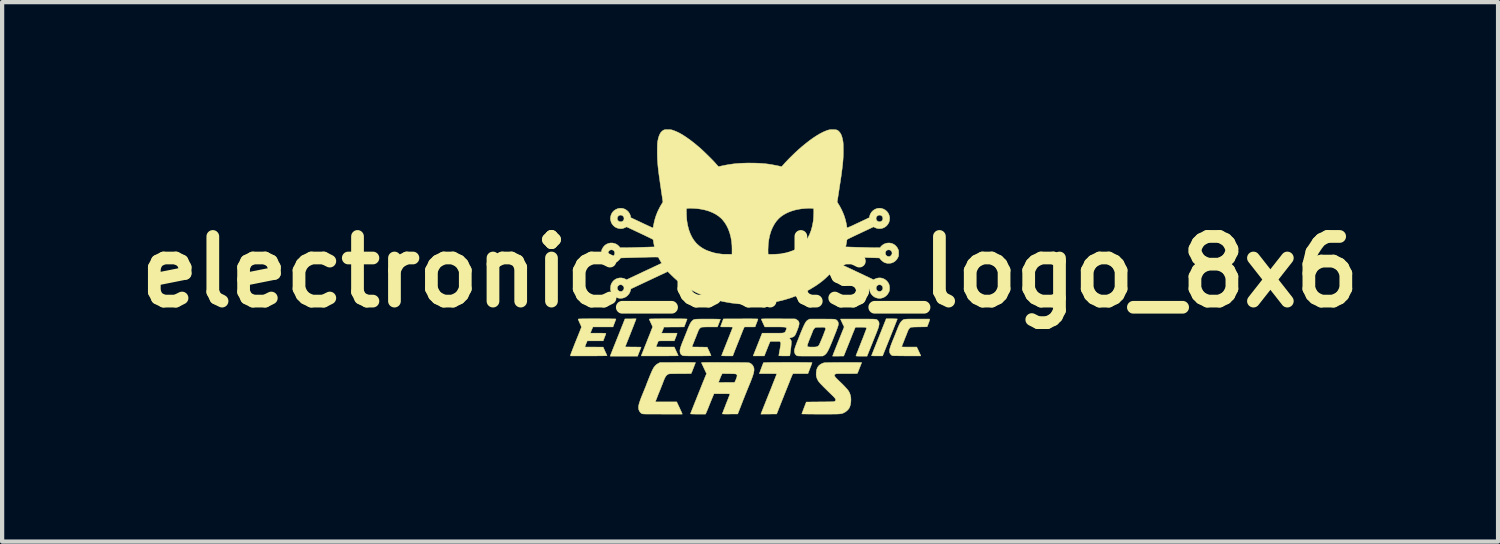
<source format=kicad_pcb>
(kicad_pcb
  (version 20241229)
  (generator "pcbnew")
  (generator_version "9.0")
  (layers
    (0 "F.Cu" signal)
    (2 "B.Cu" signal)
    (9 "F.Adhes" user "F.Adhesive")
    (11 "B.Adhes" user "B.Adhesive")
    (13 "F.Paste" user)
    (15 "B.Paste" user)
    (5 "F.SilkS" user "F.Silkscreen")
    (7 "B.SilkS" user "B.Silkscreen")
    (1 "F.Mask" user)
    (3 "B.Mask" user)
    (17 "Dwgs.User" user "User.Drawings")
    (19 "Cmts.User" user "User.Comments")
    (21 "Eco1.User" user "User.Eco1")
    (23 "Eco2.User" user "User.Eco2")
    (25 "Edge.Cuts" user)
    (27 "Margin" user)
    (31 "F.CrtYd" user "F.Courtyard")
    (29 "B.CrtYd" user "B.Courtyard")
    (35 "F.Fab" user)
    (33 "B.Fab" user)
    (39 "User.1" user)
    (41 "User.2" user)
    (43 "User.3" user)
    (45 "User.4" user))
  (footprint "electronic_cats_logo_8x6"
    (layer "F.Cu")
    (at 14.63 3.358)
    (property "Reference" "electronic_cats_logo_8x6" (at 0 0 0) (layer "F.SilkS") (effects (font (size 1.524 1.524) (thickness 0.3))))
    (attr through_hole)
    (fp_poly (pts (xy 3.377 1.106) (xy 3.41 1.107) (xy 3.438 1.108) (xy 3.458 1.109) (xy 3.469 1.11) (xy 3.471 1.11) (xy 3.469 1.116) (xy 3.463 1.131) (xy 3.454 1.156) (xy 3.441 1.188) (xy 3.425 1.228) (xy 3.407 1.275) (xy 3.386 1.327) (xy 3.363 1.384) (xy 3.339 1.445) (xy 3.313 1.51) (xy 3.298 1.548) (xy 3.124 1.981) (xy 2.993 1.981) (xy 2.956 1.981) (xy 2.923 1.981) (xy 2.895 1.98) (xy 2.875 1.979) (xy 2.864 1.978) (xy 2.862 1.977) (xy 2.864 1.971) (xy 2.87 1.956) (xy 2.879 1.932) (xy 2.892 1.899) (xy 2.908 1.859) (xy 2.926 1.813) (xy 2.947 1.761) (xy 2.97 1.703) (xy 2.994 1.642) (xy 3.02 1.577) (xy 3.035 1.54) (xy 3.208 1.106) (xy 3.34 1.106) (xy 3.377 1.106)) (stroke (width 0.01) (type solid)) (fill yes) (layer "F.SilkS"))
    (fp_poly (pts (xy -2.689 1.119) (xy -2.691 1.126) (xy -2.698 1.143) (xy -2.708 1.169) (xy -2.721 1.202) (xy -2.736 1.242) (xy -2.754 1.288) (xy -2.774 1.338) (xy -2.795 1.392) (xy -2.818 1.45) (xy -2.818 1.451) (xy -2.945 1.77) (xy -2.756 1.771) (xy -2.712 1.771) (xy -2.671 1.772) (xy -2.635 1.773) (xy -2.605 1.773) (xy -2.584 1.774) (xy -2.571 1.775) (xy -2.568 1.776) (xy -2.57 1.781) (xy -2.576 1.796) (xy -2.584 1.818) (xy -2.595 1.844) (xy -2.604 1.867) (xy -2.617 1.898) (xy -2.628 1.926) (xy -2.637 1.949) (xy -2.643 1.965) (xy -2.645 1.971) (xy -2.648 1.987) (xy -3.297 1.987) (xy -3.293 1.974) (xy -3.291 1.967) (xy -3.284 1.95) (xy -3.274 1.925) (xy -3.261 1.891) (xy -3.245 1.85) (xy -3.226 1.803) (xy -3.205 1.75) (xy -3.182 1.692) (xy -3.157 1.63) (xy -3.131 1.565) (xy -3.119 1.535) (xy -2.949 1.109) (xy -2.817 1.108) (xy -2.685 1.106) (xy -2.689 1.119)) (stroke (width 0.01) (type solid)) (fill yes) (layer "F.SilkS"))
    (fp_poly (pts (xy 1.005 2.133) (xy 1.073 2.133) (xy 1.138 2.133) (xy 1.199 2.134) (xy 1.257 2.134) (xy 1.309 2.135) (xy 1.355 2.135) (xy 1.394 2.136) (xy 1.425 2.137) (xy 1.447 2.138) (xy 1.46 2.139) (xy 1.462 2.139) (xy 1.46 2.146) (xy 1.454 2.162) (xy 1.446 2.185) (xy 1.435 2.214) (xy 1.422 2.248) (xy 1.413 2.272) (xy 1.364 2.399) (xy 1.011 2.399) (xy 0.995 2.429) (xy 0.988 2.444) (xy 0.978 2.468) (xy 0.966 2.497) (xy 0.954 2.528) (xy 0.948 2.543) (xy 0.934 2.579) (xy 0.918 2.619) (xy 0.902 2.658) (xy 0.889 2.692) (xy 0.886 2.698) (xy 0.879 2.717) (xy 0.867 2.745) (xy 0.853 2.781) (xy 0.836 2.824) (xy 0.816 2.872) (xy 0.796 2.924) (xy 0.774 2.979) (xy 0.751 3.036) (xy 0.742 3.059) (xy 0.627 3.35) (xy 0.255 3.353) (xy 0.26 3.337) (xy 0.263 3.33) (xy 0.27 3.313) (xy 0.28 3.287) (xy 0.294 3.252) (xy 0.31 3.211) (xy 0.329 3.163) (xy 0.351 3.109) (xy 0.374 3.05) (xy 0.399 2.987) (xy 0.426 2.92) (xy 0.448 2.865) (xy 0.476 2.796) (xy 0.502 2.731) (xy 0.526 2.669) (xy 0.548 2.612) (xy 0.569 2.561) (xy 0.587 2.515) (xy 0.602 2.476) (xy 0.614 2.444) (xy 0.622 2.421) (xy 0.627 2.407) (xy 0.628 2.403) (xy 0.622 2.402) (xy 0.606 2.401) (xy 0.582 2.4) (xy 0.549 2.4) (xy 0.511 2.399) (xy 0.468 2.399) (xy 0.423 2.399) (xy 0.219 2.399) (xy 0.223 2.386) (xy 0.226 2.378) (xy 0.232 2.362) (xy 0.241 2.338) (xy 0.251 2.31) (xy 0.263 2.278) (xy 0.275 2.245) (xy 0.287 2.213) (xy 0.299 2.182) (xy 0.309 2.156) (xy 0.315 2.141) (xy 0.321 2.14) (xy 0.337 2.139) (xy 0.362 2.138) (xy 0.397 2.137) (xy 0.438 2.136) (xy 0.487 2.135) (xy 0.541 2.135) (xy 0.6 2.134) (xy 0.663 2.134) (xy 0.729 2.134) (xy 0.797 2.133) (xy 0.867 2.133) (xy 0.936 2.133) (xy 1.005 2.133)) (stroke (width 0.01) (type solid)) (fill yes) (layer "F.SilkS"))
    (fp_poly (pts (xy 2.692 1.112) (xy 2.752 1.112) (xy 2.803 1.112) (xy 2.846 1.113) (xy 2.882 1.113) (xy 2.911 1.114) (xy 2.934 1.116) (xy 2.952 1.117) (xy 2.967 1.12) (xy 2.978 1.122) (xy 2.986 1.125) (xy 2.993 1.129) (xy 2.999 1.134) (xy 3.004 1.139) (xy 3.008 1.142) (xy 3.026 1.163) (xy 3.037 1.187) (xy 3.042 1.215) (xy 3.04 1.248) (xy 3.032 1.288) (xy 3.017 1.336) (xy 3.01 1.355) (xy 3.002 1.375) (xy 2.991 1.404) (xy 2.976 1.442) (xy 2.959 1.485) (xy 2.939 1.534) (xy 2.918 1.586) (xy 2.896 1.641) (xy 2.874 1.697) (xy 2.869 1.709) (xy 2.757 1.987) (xy 2.626 1.987) (xy 2.579 1.987) (xy 2.542 1.986) (xy 2.517 1.985) (xy 2.501 1.983) (xy 2.495 1.981) (xy 2.495 1.981) (xy 2.497 1.975) (xy 2.503 1.959) (xy 2.512 1.934) (xy 2.524 1.902) (xy 2.54 1.864) (xy 2.557 1.819) (xy 2.577 1.769) (xy 2.598 1.716) (xy 2.619 1.662) (xy 2.641 1.606) (xy 2.663 1.552) (xy 2.682 1.502) (xy 2.699 1.457) (xy 2.714 1.417) (xy 2.727 1.384) (xy 2.736 1.359) (xy 2.741 1.342) (xy 2.743 1.336) (xy 2.742 1.326) (xy 2.739 1.318) (xy 2.731 1.313) (xy 2.719 1.309) (xy 2.7 1.306) (xy 2.673 1.305) (xy 2.637 1.304) (xy 2.601 1.304) (xy 2.483 1.304) (xy 2.471 1.331) (xy 2.467 1.341) (xy 2.459 1.36) (xy 2.448 1.388) (xy 2.433 1.424) (xy 2.416 1.465) (xy 2.397 1.513) (xy 2.377 1.564) (xy 2.355 1.619) (xy 2.334 1.671) (xy 2.208 1.984) (xy 2.077 1.986) (xy 1.946 1.987) (xy 1.95 1.971) (xy 1.953 1.964) (xy 1.959 1.946) (xy 1.969 1.92) (xy 1.983 1.886) (xy 1.998 1.846) (xy 2.017 1.8) (xy 2.037 1.749) (xy 2.059 1.694) (xy 2.082 1.636) (xy 2.086 1.627) (xy 2.218 1.298) (xy 2.179 1.218) (xy 2.166 1.189) (xy 2.154 1.163) (xy 2.144 1.142) (xy 2.138 1.128) (xy 2.137 1.125) (xy 2.133 1.112) (xy 2.623 1.112) (xy 2.692 1.112)) (stroke (width 0.01) (type solid)) (fill yes) (layer "F.SilkS"))
    (fp_poly (pts (xy 3.941 1.112) (xy 4.233 1.112) (xy 4.233 1.128) (xy 4.231 1.139) (xy 4.226 1.158) (xy 4.217 1.182) (xy 4.207 1.21) (xy 4.203 1.22) (xy 4.173 1.295) (xy 3.984 1.298) (xy 3.926 1.299) (xy 3.878 1.3) (xy 3.84 1.302) (xy 3.812 1.304) (xy 3.794 1.305) (xy 3.785 1.308) (xy 3.784 1.308) (xy 3.766 1.322) (xy 3.747 1.343) (xy 3.731 1.367) (xy 3.722 1.386) (xy 3.718 1.398) (xy 3.709 1.419) (xy 3.698 1.448) (xy 3.685 1.482) (xy 3.669 1.521) (xy 3.652 1.563) (xy 3.642 1.588) (xy 3.626 1.629) (xy 3.611 1.668) (xy 3.597 1.702) (xy 3.586 1.73) (xy 3.578 1.751) (xy 3.574 1.764) (xy 3.573 1.767) (xy 3.579 1.768) (xy 3.595 1.77) (xy 3.622 1.771) (xy 3.659 1.772) (xy 3.707 1.772) (xy 3.751 1.772) (xy 3.929 1.772) (xy 3.966 1.85) (xy 3.98 1.88) (xy 3.993 1.908) (xy 4.004 1.932) (xy 4.012 1.95) (xy 4.014 1.954) (xy 4.024 1.981) (xy 3.698 1.981) (xy 3.638 1.981) (xy 3.581 1.98) (xy 3.528 1.98) (xy 3.48 1.979) (xy 3.438 1.978) (xy 3.404 1.978) (xy 3.378 1.977) (xy 3.361 1.976) (xy 3.355 1.975) (xy 3.336 1.965) (xy 3.318 1.948) (xy 3.301 1.926) (xy 3.291 1.903) (xy 3.29 1.901) (xy 3.287 1.883) (xy 3.286 1.864) (xy 3.288 1.842) (xy 3.293 1.816) (xy 3.302 1.785) (xy 3.314 1.747) (xy 3.331 1.703) (xy 3.351 1.65) (xy 3.369 1.606) (xy 3.386 1.564) (xy 3.405 1.518) (xy 3.424 1.47) (xy 3.441 1.426) (xy 3.452 1.4) (xy 3.473 1.344) (xy 3.492 1.299) (xy 3.509 1.261) (xy 3.523 1.231) (xy 3.537 1.206) (xy 3.55 1.187) (xy 3.562 1.171) (xy 3.574 1.159) (xy 3.585 1.149) (xy 3.594 1.14) (xy 3.603 1.133) (xy 3.613 1.128) (xy 3.624 1.123) (xy 3.638 1.119) (xy 3.656 1.117) (xy 3.678 1.115) (xy 3.706 1.113) (xy 3.741 1.112) (xy 3.783 1.112) (xy 3.835 1.112) (xy 3.895 1.112) (xy 3.941 1.112)) (stroke (width 0.01) (type solid)) (fill yes) (layer "F.SilkS"))
    (fp_poly (pts (xy -0.925 1.112) (xy -0.862 1.112) (xy -0.809 1.113) (xy -0.766 1.114) (xy -0.733 1.115) (xy -0.712 1.116) (xy -0.701 1.117) (xy -0.7 1.118) (xy -0.702 1.124) (xy -0.707 1.14) (xy -0.716 1.162) (xy -0.726 1.189) (xy -0.734 1.211) (xy -0.769 1.298) (xy -0.945 1.298) (xy -1 1.298) (xy -1.048 1.299) (xy -1.087 1.3) (xy -1.117 1.302) (xy -1.136 1.303) (xy -1.143 1.305) (xy -1.167 1.317) (xy -1.19 1.338) (xy -1.209 1.365) (xy -1.218 1.384) (xy -1.223 1.396) (xy -1.231 1.418) (xy -1.243 1.447) (xy -1.257 1.482) (xy -1.272 1.521) (xy -1.289 1.564) (xy -1.301 1.592) (xy -1.371 1.77) (xy -1.011 1.775) (xy -0.99 1.818) (xy -0.975 1.849) (xy -0.96 1.881) (xy -0.947 1.911) (xy -0.935 1.937) (xy -0.927 1.958) (xy -0.921 1.971) (xy -0.92 1.976) (xy -0.926 1.977) (xy -0.942 1.978) (xy -0.97 1.979) (xy -1.008 1.98) (xy -1.057 1.98) (xy -1.116 1.981) (xy -1.186 1.981) (xy -1.246 1.981) (xy -1.315 1.981) (xy -1.374 1.981) (xy -1.423 1.981) (xy -1.464 1.981) (xy -1.497 1.98) (xy -1.523 1.98) (xy -1.544 1.979) (xy -1.56 1.978) (xy -1.572 1.977) (xy -1.581 1.975) (xy -1.588 1.973) (xy -1.593 1.971) (xy -1.596 1.97) (xy -1.622 1.953) (xy -1.64 1.928) (xy -1.65 1.895) (xy -1.653 1.871) (xy -1.653 1.853) (xy -1.651 1.832) (xy -1.646 1.808) (xy -1.638 1.781) (xy -1.627 1.748) (xy -1.613 1.708) (xy -1.594 1.66) (xy -1.572 1.606) (xy -1.555 1.565) (xy -1.537 1.519) (xy -1.517 1.47) (xy -1.499 1.424) (xy -1.488 1.397) (xy -1.466 1.341) (xy -1.447 1.295) (xy -1.43 1.258) (xy -1.416 1.228) (xy -1.402 1.203) (xy -1.39 1.184) (xy -1.377 1.168) (xy -1.37 1.161) (xy -1.36 1.151) (xy -1.351 1.142) (xy -1.342 1.135) (xy -1.333 1.129) (xy -1.321 1.124) (xy -1.307 1.12) (xy -1.29 1.117) (xy -1.267 1.115) (xy -1.239 1.114) (xy -1.204 1.113) (xy -1.162 1.112) (xy -1.111 1.112) (xy -1.051 1.112) (xy -0.998 1.112) (xy -0.925 1.112)) (stroke (width 0.01) (type solid)) (fill yes) (layer "F.SilkS"))
    (fp_poly (pts (xy 0.037 1.107) (xy 0.078 1.108) (xy 0.112 1.108) (xy 0.138 1.109) (xy 0.158 1.109) (xy 0.172 1.11) (xy 0.181 1.111) (xy 0.185 1.113) (xy 0.186 1.114) (xy 0.184 1.121) (xy 0.179 1.137) (xy 0.171 1.16) (xy 0.16 1.187) (xy 0.152 1.208) (xy 0.141 1.237) (xy 0.131 1.262) (xy 0.124 1.282) (xy 0.12 1.294) (xy 0.119 1.297) (xy 0.113 1.297) (xy 0.098 1.297) (xy 0.075 1.298) (xy 0.045 1.298) (xy 0.011 1.298) (xy -0.008 1.298) (xy -0.134 1.298) (xy -0.147 1.325) (xy -0.154 1.341) (xy -0.164 1.365) (xy -0.175 1.392) (xy -0.184 1.414) (xy -0.191 1.433) (xy -0.202 1.46) (xy -0.216 1.495) (xy -0.232 1.537) (xy -0.251 1.583) (xy -0.27 1.632) (xy -0.291 1.683) (xy -0.302 1.71) (xy -0.321 1.759) (xy -0.34 1.806) (xy -0.357 1.849) (xy -0.371 1.886) (xy -0.384 1.918) (xy -0.393 1.942) (xy -0.399 1.958) (xy -0.401 1.963) (xy -0.407 1.981) (xy -0.539 1.981) (xy -0.585 1.981) (xy -0.622 1.98) (xy -0.649 1.979) (xy -0.665 1.978) (xy -0.672 1.976) (xy -0.672 1.976) (xy -0.67 1.969) (xy -0.664 1.954) (xy -0.654 1.929) (xy -0.642 1.897) (xy -0.627 1.859) (xy -0.609 1.814) (xy -0.589 1.764) (xy -0.567 1.71) (xy -0.545 1.653) (xy -0.541 1.644) (xy -0.518 1.586) (xy -0.496 1.531) (xy -0.476 1.481) (xy -0.458 1.435) (xy -0.441 1.394) (xy -0.428 1.36) (xy -0.418 1.334) (xy -0.411 1.317) (xy -0.408 1.308) (xy -0.408 1.308) (xy -0.408 1.305) (xy -0.41 1.303) (xy -0.415 1.301) (xy -0.426 1.3) (xy -0.443 1.299) (xy -0.467 1.299) (xy -0.499 1.298) (xy -0.541 1.298) (xy -0.55 1.298) (xy -0.594 1.298) (xy -0.628 1.298) (xy -0.653 1.298) (xy -0.671 1.297) (xy -0.683 1.296) (xy -0.69 1.294) (xy -0.693 1.292) (xy -0.694 1.289) (xy -0.694 1.288) (xy -0.692 1.28) (xy -0.687 1.263) (xy -0.678 1.24) (xy -0.668 1.212) (xy -0.661 1.194) (xy -0.629 1.109) (xy -0.221 1.108) (xy -0.142 1.107) (xy -0.073 1.107) (xy -0.013 1.107) (xy 0.037 1.107)) (stroke (width 0.01) (type solid)) (fill yes) (layer "F.SilkS"))
    (fp_poly (pts (xy -1.836 1.106) (xy -1.753 1.107) (xy -1.681 1.107) (xy -1.62 1.107) (xy -1.571 1.108) (xy -1.532 1.109) (xy -1.505 1.11) (xy -1.489 1.111) (xy -1.484 1.112) (xy -1.486 1.119) (xy -1.492 1.135) (xy -1.5 1.157) (xy -1.51 1.184) (xy -1.519 1.208) (xy -1.554 1.298) (xy -1.792 1.3) (xy -2.029 1.301) (xy -2.058 1.373) (xy -2.088 1.445) (xy -1.72 1.445) (xy -1.723 1.46) (xy -1.726 1.471) (xy -1.733 1.49) (xy -1.742 1.515) (xy -1.752 1.543) (xy -1.756 1.551) (xy -1.785 1.626) (xy -1.97 1.626) (xy -2.024 1.626) (xy -2.067 1.626) (xy -2.101 1.627) (xy -2.126 1.628) (xy -2.144 1.629) (xy -2.155 1.63) (xy -2.16 1.632) (xy -2.16 1.633) (xy -2.165 1.64) (xy -2.172 1.656) (xy -2.181 1.678) (xy -2.191 1.704) (xy -2.192 1.705) (xy -2.217 1.77) (xy -2.002 1.771) (xy -1.786 1.772) (xy -1.74 1.873) (xy -1.725 1.904) (xy -1.713 1.932) (xy -1.703 1.954) (xy -1.696 1.97) (xy -1.693 1.977) (xy -1.693 1.978) (xy -1.699 1.978) (xy -1.715 1.979) (xy -1.74 1.979) (xy -1.774 1.98) (xy -1.817 1.98) (xy -1.866 1.98) (xy -1.921 1.981) (xy -1.981 1.981) (xy -2.046 1.981) (xy -2.114 1.981) (xy -2.129 1.981) (xy -2.564 1.981) (xy -2.56 1.966) (xy -2.557 1.958) (xy -2.551 1.94) (xy -2.54 1.914) (xy -2.527 1.881) (xy -2.511 1.84) (xy -2.493 1.794) (xy -2.473 1.744) (xy -2.451 1.689) (xy -2.428 1.632) (xy -2.427 1.628) (xy -2.404 1.57) (xy -2.382 1.516) (xy -2.362 1.466) (xy -2.344 1.42) (xy -2.329 1.38) (xy -2.316 1.347) (xy -2.306 1.322) (xy -2.3 1.305) (xy -2.297 1.297) (xy -2.297 1.297) (xy -2.3 1.289) (xy -2.306 1.273) (xy -2.316 1.251) (xy -2.328 1.224) (xy -2.337 1.206) (xy -2.35 1.177) (xy -2.362 1.152) (xy -2.37 1.132) (xy -2.375 1.119) (xy -2.376 1.115) (xy -2.375 1.113) (xy -2.372 1.112) (xy -2.365 1.111) (xy -2.354 1.11) (xy -2.339 1.109) (xy -2.318 1.108) (xy -2.291 1.108) (xy -2.257 1.107) (xy -2.216 1.107) (xy -2.167 1.107) (xy -2.108 1.106) (xy -2.041 1.106) (xy -1.962 1.106) (xy -1.93 1.106) (xy -1.836 1.106)) (stroke (width 0.01) (type solid)) (fill yes) (layer "F.SilkS"))
    (fp_poly (pts (xy -3.537 1.106) (xy -3.47 1.107) (xy -3.408 1.107) (xy -3.351 1.107) (xy -3.3 1.107) (xy -3.255 1.108) (xy -3.218 1.108) (xy -3.19 1.109) (xy -3.171 1.11) (xy -3.161 1.11) (xy -3.161 1.11) (xy -3.163 1.117) (xy -3.168 1.132) (xy -3.176 1.154) (xy -3.187 1.181) (xy -3.196 1.206) (xy -3.231 1.298) (xy -3.467 1.298) (xy -3.703 1.298) (xy -3.72 1.335) (xy -3.731 1.361) (xy -3.743 1.389) (xy -3.75 1.408) (xy -3.764 1.445) (xy -3.581 1.445) (xy -3.528 1.445) (xy -3.486 1.445) (xy -3.453 1.446) (xy -3.429 1.447) (xy -3.412 1.448) (xy -3.402 1.449) (xy -3.398 1.451) (xy -3.398 1.452) (xy -3.4 1.459) (xy -3.405 1.475) (xy -3.413 1.498) (xy -3.423 1.525) (xy -3.43 1.542) (xy -3.462 1.626) (xy -3.837 1.626) (xy -3.855 1.669) (xy -3.866 1.694) (xy -3.876 1.72) (xy -3.883 1.741) (xy -3.884 1.743) (xy -3.894 1.772) (xy -3.678 1.772) (xy -3.463 1.773) (xy -3.418 1.872) (xy -3.404 1.903) (xy -3.391 1.93) (xy -3.381 1.953) (xy -3.374 1.969) (xy -3.371 1.976) (xy -3.371 1.976) (xy -3.376 1.977) (xy -3.392 1.978) (xy -3.418 1.979) (xy -3.454 1.979) (xy -3.499 1.98) (xy -3.553 1.98) (xy -3.615 1.981) (xy -3.685 1.981) (xy -3.762 1.981) (xy -3.801 1.981) (xy -4.233 1.981) (xy -4.233 1.965) (xy -4.231 1.957) (xy -4.225 1.939) (xy -4.216 1.913) (xy -4.203 1.88) (xy -4.188 1.84) (xy -4.17 1.794) (xy -4.15 1.743) (xy -4.129 1.689) (xy -4.109 1.639) (xy -4.086 1.583) (xy -4.064 1.529) (xy -4.044 1.479) (xy -4.026 1.434) (xy -4.01 1.394) (xy -3.997 1.361) (xy -3.987 1.336) (xy -3.981 1.319) (xy -3.978 1.312) (xy -3.977 1.305) (xy -3.977 1.297) (xy -3.98 1.285) (xy -3.986 1.269) (xy -3.995 1.247) (xy -4.009 1.217) (xy -4.013 1.21) (xy -4.026 1.181) (xy -4.037 1.155) (xy -4.046 1.134) (xy -4.052 1.12) (xy -4.053 1.115) (xy -4.052 1.114) (xy -4.049 1.112) (xy -4.043 1.111) (xy -4.034 1.11) (xy -4.021 1.109) (xy -4.003 1.108) (xy -3.979 1.108) (xy -3.949 1.107) (xy -3.911 1.107) (xy -3.866 1.107) (xy -3.813 1.106) (xy -3.75 1.106) (xy -3.677 1.106) (xy -3.607 1.106) (xy -3.537 1.106)) (stroke (width 0.01) (type solid)) (fill yes) (layer "F.SilkS"))
    (fp_poly (pts (xy -1.512 2.134) (xy -1.457 2.135) (xy -1.409 2.135) (xy -1.367 2.135) (xy -1.333 2.136) (xy -1.308 2.136) (xy -1.292 2.137) (xy -1.287 2.137) (xy -1.289 2.144) (xy -1.294 2.159) (xy -1.302 2.182) (xy -1.313 2.208) (xy -1.324 2.238) (xy -1.336 2.269) (xy -1.348 2.298) (xy -1.358 2.325) (xy -1.367 2.347) (xy -1.373 2.36) (xy -1.39 2.398) (xy -1.65 2.4) (xy -1.711 2.4) (xy -1.762 2.401) (xy -1.804 2.401) (xy -1.837 2.402) (xy -1.863 2.402) (xy -1.884 2.403) (xy -1.899 2.404) (xy -1.91 2.406) (xy -1.918 2.408) (xy -1.925 2.41) (xy -1.931 2.412) (xy -1.933 2.414) (xy -1.957 2.429) (xy -1.977 2.449) (xy -1.995 2.474) (xy -2.012 2.507) (xy -2.03 2.548) (xy -2.035 2.561) (xy -2.043 2.582) (xy -2.054 2.611) (xy -2.068 2.648) (xy -2.085 2.69) (xy -2.103 2.736) (xy -2.122 2.784) (xy -2.141 2.831) (xy -2.16 2.876) (xy -2.177 2.919) (xy -2.192 2.958) (xy -2.205 2.992) (xy -2.216 3.019) (xy -2.223 3.038) (xy -2.227 3.049) (xy -2.227 3.049) (xy -2.231 3.065) (xy -1.729 3.065) (xy -1.674 3.182) (xy -1.657 3.217) (xy -1.642 3.251) (xy -1.628 3.281) (xy -1.617 3.305) (xy -1.61 3.322) (xy -1.608 3.326) (xy -1.598 3.353) (xy -2.065 3.353) (xy -2.148 3.352) (xy -2.221 3.352) (xy -2.284 3.352) (xy -2.338 3.352) (xy -2.384 3.352) (xy -2.423 3.352) (xy -2.454 3.351) (xy -2.48 3.351) (xy -2.5 3.35) (xy -2.515 3.349) (xy -2.527 3.348) (xy -2.536 3.347) (xy -2.543 3.345) (xy -2.547 3.344) (xy -2.552 3.342) (xy -2.552 3.341) (xy -2.582 3.32) (xy -2.605 3.289) (xy -2.622 3.253) (xy -2.63 3.212) (xy -2.63 3.195) (xy -2.629 3.169) (xy -2.623 3.138) (xy -2.614 3.102) (xy -2.6 3.058) (xy -2.582 3.007) (xy -2.56 2.948) (xy -2.532 2.88) (xy -2.511 2.828) (xy -2.495 2.789) (xy -2.477 2.745) (xy -2.459 2.701) (xy -2.444 2.66) (xy -2.439 2.647) (xy -2.413 2.58) (xy -2.387 2.515) (xy -2.362 2.452) (xy -2.337 2.394) (xy -2.315 2.343) (xy -2.301 2.313) (xy -2.273 2.26) (xy -2.241 2.218) (xy -2.206 2.184) (xy -2.166 2.159) (xy -2.158 2.155) (xy -2.119 2.136) (xy -1.703 2.135) (xy -1.636 2.135) (xy -1.572 2.134) (xy -1.512 2.134)) (stroke (width 0.01) (type solid)) (fill yes) (layer "F.SilkS"))
    (fp_poly (pts (xy 1.77 1.112) (xy 1.836 1.113) (xy 1.891 1.113) (xy 1.936 1.114) (xy 1.969 1.115) (xy 1.991 1.117) (xy 2.001 1.118) (xy 2.033 1.132) (xy 2.058 1.154) (xy 2.075 1.183) (xy 2.082 1.216) (xy 2.083 1.223) (xy 2.082 1.235) (xy 2.08 1.248) (xy 2.076 1.265) (xy 2.07 1.286) (xy 2.061 1.313) (xy 2.049 1.345) (xy 2.035 1.384) (xy 2.017 1.43) (xy 1.995 1.486) (xy 1.969 1.55) (xy 1.969 1.552) (xy 1.939 1.626) (xy 1.913 1.69) (xy 1.89 1.745) (xy 1.869 1.792) (xy 1.85 1.832) (xy 1.833 1.865) (xy 1.818 1.892) (xy 1.803 1.914) (xy 1.788 1.932) (xy 1.774 1.946) (xy 1.759 1.958) (xy 1.743 1.968) (xy 1.738 1.971) (xy 1.713 1.984) (xy 1.425 1.985) (xy 1.356 1.985) (xy 1.295 1.985) (xy 1.241 1.985) (xy 1.197 1.984) (xy 1.161 1.983) (xy 1.136 1.982) (xy 1.121 1.981) (xy 1.118 1.98) (xy 1.09 1.967) (xy 1.068 1.945) (xy 1.053 1.916) (xy 1.045 1.882) (xy 1.044 1.869) (xy 1.045 1.856) (xy 1.046 1.842) (xy 1.049 1.826) (xy 1.054 1.807) (xy 1.061 1.784) (xy 1.07 1.756) (xy 1.073 1.748) (xy 1.35 1.748) (xy 1.356 1.76) (xy 1.37 1.767) (xy 1.391 1.77) (xy 1.422 1.772) (xy 1.462 1.772) (xy 1.502 1.772) (xy 1.533 1.771) (xy 1.555 1.768) (xy 1.572 1.765) (xy 1.576 1.764) (xy 1.595 1.755) (xy 1.612 1.743) (xy 1.616 1.739) (xy 1.624 1.728) (xy 1.636 1.706) (xy 1.65 1.675) (xy 1.667 1.636) (xy 1.687 1.589) (xy 1.71 1.534) (xy 1.734 1.473) (xy 1.746 1.44) (xy 1.759 1.406) (xy 1.769 1.38) (xy 1.775 1.362) (xy 1.778 1.349) (xy 1.779 1.34) (xy 1.778 1.334) (xy 1.776 1.327) (xy 1.775 1.326) (xy 1.765 1.314) (xy 1.754 1.306) (xy 1.753 1.306) (xy 1.744 1.305) (xy 1.725 1.305) (xy 1.699 1.304) (xy 1.668 1.305) (xy 1.644 1.305) (xy 1.608 1.306) (xy 1.582 1.307) (xy 1.563 1.308) (xy 1.55 1.31) (xy 1.541 1.313) (xy 1.534 1.317) (xy 1.531 1.318) (xy 1.513 1.336) (xy 1.495 1.361) (xy 1.48 1.388) (xy 1.474 1.405) (xy 1.469 1.419) (xy 1.461 1.44) (xy 1.45 1.468) (xy 1.437 1.5) (xy 1.424 1.532) (xy 1.41 1.568) (xy 1.395 1.603) (xy 1.383 1.636) (xy 1.372 1.664) (xy 1.366 1.681) (xy 1.356 1.71) (xy 1.35 1.732) (xy 1.35 1.748) (xy 1.073 1.748) (xy 1.083 1.723) (xy 1.098 1.683) (xy 1.116 1.635) (xy 1.139 1.579) (xy 1.158 1.53) (xy 1.187 1.457) (xy 1.213 1.394) (xy 1.235 1.341) (xy 1.255 1.295) (xy 1.273 1.257) (xy 1.289 1.225) (xy 1.303 1.2) (xy 1.316 1.179) (xy 1.329 1.163) (xy 1.342 1.15) (xy 1.355 1.139) (xy 1.369 1.131) (xy 1.38 1.125) (xy 1.408 1.112) (xy 1.693 1.112) (xy 1.77 1.112)) (stroke (width 0.01) (type solid)) (fill yes) (layer "F.SilkS"))
    (fp_poly (pts (xy 0.491 1.107) (xy 0.553 1.107) (xy 0.626 1.107) (xy 0.665 1.107) (xy 1.065 1.109) (xy 1.098 1.126) (xy 1.127 1.146) (xy 1.146 1.171) (xy 1.156 1.202) (xy 1.157 1.221) (xy 1.154 1.244) (xy 1.147 1.277) (xy 1.134 1.317) (xy 1.116 1.365) (xy 1.095 1.419) (xy 1.089 1.433) (xy 1.074 1.467) (xy 1.06 1.493) (xy 1.046 1.511) (xy 1.029 1.525) (xy 1.008 1.536) (xy 0.98 1.546) (xy 0.978 1.547) (xy 0.957 1.553) (xy 0.941 1.558) (xy 0.932 1.561) (xy 0.932 1.561) (xy 0.93 1.566) (xy 0.937 1.577) (xy 0.947 1.588) (xy 0.963 1.609) (xy 0.971 1.629) (xy 0.973 1.637) (xy 0.974 1.653) (xy 0.972 1.678) (xy 0.97 1.712) (xy 0.966 1.753) (xy 0.961 1.801) (xy 0.954 1.854) (xy 0.946 1.91) (xy 0.946 1.916) (xy 0.942 1.941) (xy 0.939 1.961) (xy 0.938 1.975) (xy 0.937 1.979) (xy 0.932 1.98) (xy 0.917 1.98) (xy 0.893 1.981) (xy 0.863 1.981) (xy 0.829 1.981) (xy 0.807 1.981) (xy 0.761 1.981) (xy 0.725 1.98) (xy 0.698 1.979) (xy 0.682 1.977) (xy 0.677 1.975) (xy 0.678 1.969) (xy 0.681 1.952) (xy 0.685 1.928) (xy 0.69 1.897) (xy 0.697 1.861) (xy 0.703 1.826) (xy 0.711 1.781) (xy 0.717 1.745) (xy 0.721 1.718) (xy 0.723 1.698) (xy 0.723 1.682) (xy 0.722 1.671) (xy 0.719 1.662) (xy 0.713 1.655) (xy 0.707 1.647) (xy 0.703 1.643) (xy 0.696 1.641) (xy 0.686 1.639) (xy 0.671 1.638) (xy 0.648 1.637) (xy 0.617 1.637) (xy 0.587 1.637) (xy 0.476 1.637) (xy 0.459 1.675) (xy 0.452 1.691) (xy 0.442 1.716) (xy 0.429 1.747) (xy 0.415 1.782) (xy 0.4 1.821) (xy 0.389 1.847) (xy 0.336 1.981) (xy 0.074 1.981) (xy 0.086 1.948) (xy 0.091 1.936) (xy 0.099 1.914) (xy 0.111 1.885) (xy 0.125 1.849) (xy 0.142 1.807) (xy 0.16 1.762) (xy 0.179 1.713) (xy 0.192 1.68) (xy 0.285 1.445) (xy 0.531 1.445) (xy 0.59 1.445) (xy 0.64 1.445) (xy 0.68 1.444) (xy 0.712 1.444) (xy 0.737 1.443) (xy 0.757 1.442) (xy 0.771 1.441) (xy 0.782 1.44) (xy 0.79 1.438) (xy 0.796 1.435) (xy 0.799 1.434) (xy 0.815 1.426) (xy 0.827 1.416) (xy 0.836 1.402) (xy 0.844 1.381) (xy 0.847 1.374) (xy 0.853 1.357) (xy 0.857 1.343) (xy 0.859 1.331) (xy 0.857 1.322) (xy 0.852 1.314) (xy 0.842 1.309) (xy 0.826 1.304) (xy 0.803 1.302) (xy 0.774 1.3) (xy 0.736 1.299) (xy 0.689 1.298) (xy 0.632 1.298) (xy 0.583 1.298) (xy 0.347 1.298) (xy 0.306 1.21) (xy 0.293 1.181) (xy 0.281 1.154) (xy 0.272 1.133) (xy 0.267 1.119) (xy 0.265 1.114) (xy 0.266 1.112) (xy 0.27 1.111) (xy 0.278 1.11) (xy 0.29 1.109) (xy 0.306 1.108) (xy 0.329 1.108) (xy 0.358 1.107) (xy 0.394 1.107) (xy 0.438 1.107) (xy 0.491 1.107)) (stroke (width 0.01) (type solid)) (fill yes) (layer "F.SilkS"))
    (fp_poly (pts (xy -0.758 2.135) (xy -0.669 2.135) (xy -0.594 2.135) (xy -0.502 2.135) (xy -0.421 2.136) (xy -0.35 2.136) (xy -0.287 2.136) (xy -0.234 2.137) (xy -0.188 2.137) (xy -0.15 2.137) (xy -0.117 2.138) (xy -0.091 2.139) (xy -0.07 2.14) (xy -0.053 2.14) (xy -0.04 2.141) (xy -0.03 2.143) (xy -0.022 2.144) (xy -0.016 2.145) (xy -0.014 2.146) (xy 0.022 2.164) (xy 0.052 2.191) (xy 0.075 2.225) (xy 0.09 2.265) (xy 0.094 2.292) (xy 0.094 2.314) (xy 0.092 2.338) (xy 0.087 2.367) (xy 0.079 2.4) (xy 0.067 2.439) (xy 0.052 2.484) (xy 0.032 2.536) (xy 0.009 2.597) (xy -0.02 2.666) (xy -0.035 2.704) (xy -0.048 2.734) (xy -0.064 2.774) (xy -0.083 2.821) (xy -0.104 2.873) (xy -0.126 2.928) (xy -0.149 2.986) (xy -0.172 3.044) (xy -0.189 3.088) (xy -0.291 3.35) (xy -0.473 3.351) (xy -0.528 3.352) (xy -0.574 3.352) (xy -0.61 3.351) (xy -0.635 3.35) (xy -0.65 3.349) (xy -0.655 3.347) (xy -0.653 3.341) (xy -0.647 3.325) (xy -0.638 3.302) (xy -0.626 3.27) (xy -0.612 3.233) (xy -0.595 3.191) (xy -0.577 3.145) (xy -0.567 3.117) (xy -0.548 3.069) (xy -0.53 3.025) (xy -0.514 2.984) (xy -0.501 2.949) (xy -0.489 2.92) (xy -0.481 2.898) (xy -0.477 2.886) (xy -0.476 2.883) (xy -0.475 2.88) (xy -0.477 2.878) (xy -0.482 2.876) (xy -0.492 2.875) (xy -0.506 2.874) (xy -0.528 2.874) (xy -0.556 2.873) (xy -0.594 2.873) (xy -0.641 2.873) (xy -0.662 2.873) (xy -0.851 2.873) (xy -0.882 2.948) (xy -0.893 2.974) (xy -0.907 3.009) (xy -0.924 3.049) (xy -0.941 3.092) (xy -0.959 3.136) (xy -0.971 3.166) (xy -0.986 3.205) (xy -1.001 3.242) (xy -1.015 3.274) (xy -1.026 3.301) (xy -1.034 3.321) (xy -1.039 3.331) (xy -1.05 3.353) (xy -1.228 3.353) (xy -1.283 3.353) (xy -1.329 3.352) (xy -1.364 3.351) (xy -1.389 3.35) (xy -1.402 3.348) (xy -1.405 3.347) (xy -1.403 3.341) (xy -1.398 3.326) (xy -1.388 3.301) (xy -1.376 3.27) (xy -1.361 3.231) (xy -1.343 3.187) (xy -1.324 3.138) (xy -1.303 3.085) (xy -1.28 3.029) (xy -1.257 2.971) (xy -1.234 2.912) (xy -1.21 2.853) (xy -1.187 2.795) (xy -1.164 2.738) (xy -1.143 2.685) (xy -1.123 2.635) (xy -1.112 2.608) (xy -0.745 2.608) (xy -0.555 2.606) (xy -0.364 2.605) (xy -0.346 2.568) (xy -0.335 2.543) (xy -0.324 2.514) (xy -0.315 2.488) (xy -0.309 2.465) (xy -0.306 2.45) (xy -0.307 2.439) (xy -0.31 2.431) (xy -0.315 2.423) (xy -0.32 2.416) (xy -0.327 2.411) (xy -0.338 2.407) (xy -0.353 2.405) (xy -0.374 2.403) (xy -0.402 2.402) (xy -0.438 2.401) (xy -0.484 2.4) (xy -0.498 2.4) (xy -0.655 2.398) (xy -0.666 2.417) (xy -0.674 2.433) (xy -0.686 2.458) (xy -0.7 2.492) (xy -0.716 2.532) (xy -0.732 2.573) (xy -0.745 2.608) (xy -1.112 2.608) (xy -1.104 2.589) (xy -1.088 2.549) (xy -1.074 2.516) (xy -1.069 2.502) (xy -1.026 2.399) (xy -1.086 2.272) (xy -1.102 2.237) (xy -1.117 2.205) (xy -1.13 2.178) (xy -1.139 2.157) (xy -1.144 2.144) (xy -1.146 2.14) (xy -1.143 2.138) (xy -1.133 2.137) (xy -1.115 2.137) (xy -1.091 2.136) (xy -1.058 2.135) (xy -1.016 2.135) (xy -0.966 2.135) (xy -0.907 2.134) (xy -0.838 2.134) (xy -0.758 2.135)) (stroke (width 0.01) (type solid)) (fill yes) (layer "F.SilkS"))
    (fp_poly (pts (xy 2.449 2.135) (xy 2.499 2.135) (xy 2.542 2.135) (xy 2.578 2.136) (xy 2.605 2.136) (xy 2.623 2.136) (xy 2.63 2.137) (xy 2.63 2.137) (xy 2.628 2.143) (xy 2.623 2.159) (xy 2.614 2.181) (xy 2.603 2.209) (xy 2.59 2.242) (xy 2.583 2.26) (xy 2.569 2.295) (xy 2.557 2.327) (xy 2.546 2.354) (xy 2.538 2.374) (xy 2.533 2.386) (xy 2.532 2.389) (xy 2.531 2.391) (xy 2.528 2.393) (xy 2.522 2.395) (xy 2.513 2.396) (xy 2.498 2.397) (xy 2.478 2.398) (xy 2.452 2.398) (xy 2.418 2.399) (xy 2.375 2.399) (xy 2.323 2.399) (xy 2.279 2.399) (xy 2.219 2.399) (xy 2.17 2.399) (xy 2.129 2.399) (xy 2.097 2.4) (xy 2.072 2.4) (xy 2.053 2.401) (xy 2.039 2.402) (xy 2.028 2.403) (xy 2.021 2.405) (xy 2.016 2.407) (xy 2.011 2.41) (xy 1.998 2.42) (xy 1.991 2.431) (xy 1.99 2.443) (xy 1.995 2.459) (xy 2.008 2.478) (xy 2.028 2.502) (xy 2.056 2.53) (xy 2.092 2.565) (xy 2.098 2.571) (xy 2.146 2.617) (xy 2.191 2.661) (xy 2.231 2.703) (xy 2.267 2.742) (xy 2.296 2.775) (xy 2.318 2.803) (xy 2.318 2.803) (xy 2.342 2.844) (xy 2.36 2.893) (xy 2.373 2.945) (xy 2.376 2.971) (xy 2.378 3.02) (xy 2.375 3.071) (xy 2.368 3.12) (xy 2.356 3.165) (xy 2.341 3.203) (xy 2.335 3.214) (xy 2.311 3.246) (xy 2.279 3.277) (xy 2.244 3.303) (xy 2.221 3.316) (xy 2.208 3.323) (xy 2.196 3.328) (xy 2.185 3.333) (xy 2.173 3.337) (xy 2.16 3.341) (xy 2.145 3.344) (xy 2.128 3.346) (xy 2.106 3.348) (xy 2.081 3.35) (xy 2.05 3.351) (xy 2.013 3.352) (xy 1.969 3.352) (xy 1.917 3.353) (xy 1.857 3.353) (xy 1.788 3.353) (xy 1.709 3.353) (xy 1.667 3.353) (xy 1.595 3.353) (xy 1.527 3.353) (xy 1.463 3.352) (xy 1.405 3.352) (xy 1.354 3.351) (xy 1.31 3.351) (xy 1.273 3.35) (xy 1.245 3.35) (xy 1.227 3.349) (xy 1.219 3.348) (xy 1.219 3.348) (xy 1.221 3.341) (xy 1.227 3.326) (xy 1.235 3.303) (xy 1.246 3.274) (xy 1.259 3.24) (xy 1.272 3.205) (xy 1.325 3.068) (xy 1.652 3.065) (xy 1.721 3.064) (xy 1.78 3.064) (xy 1.83 3.063) (xy 1.87 3.063) (xy 1.903 3.062) (xy 1.93 3.061) (xy 1.95 3.06) (xy 1.965 3.059) (xy 1.976 3.058) (xy 1.984 3.056) (xy 1.99 3.054) (xy 1.994 3.052) (xy 1.994 3.052) (xy 2.009 3.04) (xy 2.017 3.027) (xy 2.018 3.012) (xy 2.012 2.995) (xy 1.997 2.973) (xy 1.974 2.947) (xy 1.943 2.916) (xy 1.934 2.907) (xy 1.911 2.885) (xy 1.882 2.857) (xy 1.849 2.825) (xy 1.814 2.791) (xy 1.778 2.755) (xy 1.746 2.724) (xy 1.708 2.685) (xy 1.677 2.653) (xy 1.652 2.627) (xy 1.633 2.605) (xy 1.619 2.587) (xy 1.607 2.571) (xy 1.603 2.564) (xy 1.581 2.521) (xy 1.567 2.48) (xy 1.559 2.438) (xy 1.558 2.404) (xy 1.562 2.344) (xy 1.573 2.293) (xy 1.592 2.249) (xy 1.62 2.212) (xy 1.656 2.182) (xy 1.701 2.158) (xy 1.734 2.146) (xy 1.741 2.144) (xy 1.75 2.143) (xy 1.761 2.142) (xy 1.776 2.14) (xy 1.794 2.139) (xy 1.819 2.139) (xy 1.848 2.138) (xy 1.885 2.137) (xy 1.929 2.137) (xy 1.98 2.136) (xy 2.041 2.136) (xy 2.112 2.135) (xy 2.193 2.135) (xy 2.197 2.135) (xy 2.266 2.135) (xy 2.331 2.135) (xy 2.393 2.135) (xy 2.449 2.135)) (stroke (width 0.01) (type solid)) (fill yes) (layer "F.SilkS"))
    (fp_poly (pts (xy 1.989 -3.352) (xy 2.019 -3.35) (xy 2.042 -3.345) (xy 2.062 -3.337) (xy 2.079 -3.324) (xy 2.097 -3.307) (xy 2.102 -3.301) (xy 2.126 -3.272) (xy 2.146 -3.236) (xy 2.163 -3.192) (xy 2.177 -3.14) (xy 2.188 -3.085) (xy 2.191 -3.064) (xy 2.194 -3.042) (xy 2.195 -3.017) (xy 2.197 -2.987) (xy 2.197 -2.95) (xy 2.198 -2.905) (xy 2.198 -2.865) (xy 2.198 -2.806) (xy 2.197 -2.752) (xy 2.195 -2.702) (xy 2.192 -2.652) (xy 2.188 -2.6) (xy 2.183 -2.545) (xy 2.176 -2.484) (xy 2.168 -2.415) (xy 2.164 -2.388) (xy 2.161 -2.361) (xy 2.157 -2.335) (xy 2.154 -2.308) (xy 2.15 -2.281) (xy 2.146 -2.251) (xy 2.141 -2.217) (xy 2.135 -2.179) (xy 2.129 -2.136) (xy 2.121 -2.086) (xy 2.112 -2.029) (xy 2.102 -1.963) (xy 2.091 -1.888) (xy 2.083 -1.837) (xy 2.053 -1.645) (xy 2.089 -1.589) (xy 2.12 -1.536) (xy 2.152 -1.475) (xy 2.182 -1.411) (xy 2.208 -1.349) (xy 2.227 -1.296) (xy 2.237 -1.262) (xy 2.248 -1.225) (xy 2.257 -1.187) (xy 2.266 -1.149) (xy 2.273 -1.115) (xy 2.278 -1.087) (xy 2.28 -1.066) (xy 2.28 -1.063) (xy 2.282 -1.049) (xy 2.285 -1.04) (xy 2.289 -1.039) (xy 2.297 -1.041) (xy 2.312 -1.046) (xy 2.332 -1.055) (xy 2.36 -1.067) (xy 2.395 -1.082) (xy 2.438 -1.102) (xy 2.49 -1.127) (xy 2.55 -1.155) (xy 2.765 -1.256) (xy 2.97 -1.256) (xy 2.976 -1.23) (xy 2.989 -1.209) (xy 3.009 -1.192) (xy 3.032 -1.182) (xy 3.058 -1.18) (xy 3.085 -1.187) (xy 3.087 -1.188) (xy 3.11 -1.205) (xy 3.124 -1.227) (xy 3.13 -1.252) (xy 3.128 -1.277) (xy 3.119 -1.301) (xy 3.101 -1.321) (xy 3.076 -1.335) (xy 3.07 -1.337) (xy 3.043 -1.338) (xy 3.017 -1.33) (xy 2.995 -1.315) (xy 2.978 -1.293) (xy 2.974 -1.283) (xy 2.97 -1.256) (xy 2.765 -1.256) (xy 2.81 -1.277) (xy 2.817 -1.309) (xy 2.832 -1.356) (xy 2.856 -1.399) (xy 2.888 -1.435) (xy 2.926 -1.464) (xy 2.968 -1.485) (xy 3.014 -1.498) (xy 3.063 -1.5) (xy 3.091 -1.497) (xy 3.141 -1.482) (xy 3.186 -1.458) (xy 3.223 -1.427) (xy 3.254 -1.388) (xy 3.275 -1.344) (xy 3.288 -1.295) (xy 3.29 -1.259) (xy 3.285 -1.207) (xy 3.27 -1.16) (xy 3.245 -1.117) (xy 3.213 -1.081) (xy 3.173 -1.051) (xy 3.127 -1.03) (xy 3.088 -1.021) (xy 3.039 -1.018) (xy 2.991 -1.025) (xy 2.944 -1.044) (xy 2.91 -1.061) (xy 2.602 -0.916) (xy 2.547 -0.89) (xy 2.494 -0.865) (xy 2.446 -0.842) (xy 2.402 -0.821) (xy 2.364 -0.803) (xy 2.333 -0.787) (xy 2.309 -0.775) (xy 2.294 -0.767) (xy 2.287 -0.763) (xy 2.282 -0.751) (xy 2.28 -0.737) (xy 2.279 -0.725) (xy 2.276 -0.704) (xy 2.271 -0.679) (xy 2.267 -0.655) (xy 2.262 -0.629) (xy 2.257 -0.608) (xy 2.255 -0.594) (xy 2.254 -0.589) (xy 2.26 -0.588) (xy 2.276 -0.588) (xy 2.302 -0.587) (xy 2.336 -0.586) (xy 2.378 -0.584) (xy 2.426 -0.583) (xy 2.481 -0.581) (xy 2.54 -0.579) (xy 2.604 -0.578) (xy 2.659 -0.576) (xy 2.736 -0.574) (xy 2.803 -0.572) (xy 2.86 -0.57) (xy 2.908 -0.569) (xy 2.948 -0.568) (xy 2.98 -0.568) (xy 3.006 -0.568) (xy 3.026 -0.568) (xy 3.041 -0.568) (xy 3.052 -0.569) (xy 3.059 -0.57) (xy 3.063 -0.571) (xy 3.066 -0.573) (xy 3.067 -0.574) (xy 3.082 -0.594) (xy 3.103 -0.616) (xy 3.128 -0.636) (xy 3.152 -0.652) (xy 3.158 -0.655) (xy 3.207 -0.674) (xy 3.256 -0.681) (xy 3.305 -0.679) (xy 3.351 -0.667) (xy 3.394 -0.646) (xy 3.432 -0.616) (xy 3.464 -0.578) (xy 3.481 -0.549) (xy 3.49 -0.53) (xy 3.496 -0.515) (xy 3.5 -0.501) (xy 3.502 -0.485) (xy 3.502 -0.463) (xy 3.502 -0.441) (xy 3.502 -0.412) (xy 3.501 -0.391) (xy 3.499 -0.375) (xy 3.495 -0.361) (xy 3.488 -0.346) (xy 3.484 -0.337) (xy 3.458 -0.293) (xy 3.424 -0.257) (xy 3.384 -0.229) (xy 3.34 -0.21) (xy 3.292 -0.201) (xy 3.243 -0.2) (xy 3.194 -0.211) (xy 3.164 -0.222) (xy 3.141 -0.236) (xy 3.116 -0.256) (xy 3.09 -0.279) (xy 3.068 -0.304) (xy 3.062 -0.312) (xy 3.051 -0.328) (xy 2.673 -0.339) (xy 2.585 -0.341) (xy 2.508 -0.344) (xy 2.442 -0.345) (xy 2.384 -0.347) (xy 2.335 -0.348) (xy 2.293 -0.349) (xy 2.259 -0.349) (xy 2.232 -0.35) (xy 2.21 -0.349) (xy 2.193 -0.349) (xy 2.18 -0.348) (xy 2.171 -0.347) (xy 2.166 -0.345) (xy 2.162 -0.344) (xy 2.16 -0.342) (xy 2.159 -0.34) (xy 2.155 -0.331) (xy 2.147 -0.315) (xy 2.135 -0.293) (xy 2.122 -0.269) (xy 2.12 -0.267) (xy 2.084 -0.204) (xy 2.497 -0.01) (xy 2.91 0.185) (xy 2.941 0.169) (xy 2.989 0.15) (xy 3.038 0.142) (xy 3.087 0.144) (xy 3.134 0.156) (xy 3.178 0.178) (xy 3.217 0.208) (xy 3.245 0.241) (xy 3.265 0.271) (xy 3.277 0.301) (xy 3.285 0.334) (xy 3.288 0.372) (xy 3.288 0.387) (xy 3.288 0.413) (xy 3.286 0.433) (xy 3.283 0.448) (xy 3.277 0.464) (xy 3.268 0.484) (xy 3.267 0.485) (xy 3.241 0.529) (xy 3.207 0.565) (xy 3.168 0.593) (xy 3.126 0.612) (xy 3.08 0.623) (xy 3.034 0.624) (xy 2.988 0.616) (xy 2.943 0.599) (xy 2.902 0.571) (xy 2.888 0.559) (xy 2.858 0.525) (xy 2.836 0.488) (xy 2.819 0.443) (xy 2.818 0.438) (xy 2.808 0.4) (xy 2.78 0.387) (xy 2.972 0.387) (xy 2.977 0.412) (xy 2.99 0.435) (xy 3.011 0.452) (xy 3.036 0.461) (xy 3.063 0.462) (xy 3.089 0.453) (xy 3.094 0.45) (xy 3.115 0.43) (xy 3.127 0.407) (xy 3.13 0.382) (xy 3.126 0.357) (xy 3.115 0.335) (xy 3.097 0.317) (xy 3.073 0.306) (xy 3.051 0.303) (xy 3.023 0.308) (xy 3.001 0.321) (xy 2.984 0.339) (xy 2.975 0.362) (xy 2.972 0.387) (xy 2.78 0.387) (xy 1.941 -0.008) (xy 1.852 0.079) (xy 1.794 0.135) (xy 1.739 0.185) (xy 1.684 0.23) (xy 1.625 0.274) (xy 1.559 0.32) (xy 1.552 0.325) (xy 1.417 0.408) (xy 1.274 0.484) (xy 1.125 0.551) (xy 0.97 0.609) (xy 0.81 0.658) (xy 0.646 0.698) (xy 0.477 0.729) (xy 0.305 0.75) (xy 0.24 0.756) (xy 0.198 0.758) (xy 0.15 0.761) (xy 0.098 0.762) (xy 0.046 0.764) (xy -0.005 0.765) (xy -0.05 0.765) (xy -0.088 0.764) (xy -0.099 0.764) (xy -0.281 0.753) (xy -0.458 0.732) (xy -0.631 0.701) (xy -0.799 0.661) (xy -0.961 0.612) (xy -1.118 0.554) (xy -1.269 0.487) (xy -1.413 0.41) (xy -1.551 0.325) (xy -1.552 0.325) (xy -1.619 0.279) (xy -1.678 0.235) (xy -1.734 0.189) (xy -1.789 0.14) (xy -1.846 0.085) (xy -1.852 0.079) (xy -1.941 -0.008) (xy -2.808 0.4) (xy -2.818 0.438) (xy -2.834 0.484) (xy -2.856 0.522) (xy -2.885 0.556) (xy -2.888 0.559) (xy -2.928 0.59) (xy -2.972 0.611) (xy -3.018 0.622) (xy -3.064 0.624) (xy -3.11 0.617) (xy -3.154 0.601) (xy -3.194 0.576) (xy -3.229 0.543) (xy -3.259 0.502) (xy -3.267 0.485) (xy -3.277 0.465) (xy -3.283 0.449) (xy -3.286 0.433) (xy -3.288 0.414) (xy -3.288 0.388) (xy -3.288 0.388) (xy -3.131 0.388) (xy -3.125 0.411) (xy -3.112 0.432) (xy -3.094 0.449) (xy -3.072 0.46) (xy -3.047 0.463) (xy -3.021 0.458) (xy -3.014 0.454) (xy -2.994 0.438) (xy -2.979 0.416) (xy -2.972 0.391) (xy -2.973 0.365) (xy -2.982 0.343) (xy -2.983 0.341) (xy -3.006 0.318) (xy -3.032 0.305) (xy -3.058 0.302) (xy -3.084 0.31) (xy -3.108 0.329) (xy -3.117 0.34) (xy -3.129 0.363) (xy -3.131 0.388) (xy -3.288 0.388) (xy -3.288 0.387) (xy -3.286 0.345) (xy -3.28 0.311) (xy -3.269 0.281) (xy -3.252 0.251) (xy -3.245 0.241) (xy -3.212 0.203) (xy -3.172 0.174) (xy -3.128 0.154) (xy -3.08 0.144) (xy -3.031 0.143) (xy -2.982 0.152) (xy -2.941 0.169) (xy -2.91 0.185) (xy -2.497 -0.01) (xy -2.084 -0.204) (xy -2.12 -0.267) (xy -2.134 -0.291) (xy -2.146 -0.313) (xy -2.155 -0.33) (xy -2.159 -0.339) (xy -2.159 -0.34) (xy -2.16 -0.342) (xy -2.163 -0.344) (xy -2.167 -0.346) (xy -2.173 -0.347) (xy -2.182 -0.348) (xy -2.196 -0.349) (xy -2.214 -0.349) (xy -2.237 -0.35) (xy -2.266 -0.349) (xy -2.301 -0.349) (xy -2.344 -0.348) (xy -2.395 -0.347) (xy -2.455 -0.345) (xy -2.524 -0.343) (xy -2.603 -0.341) (xy -2.673 -0.339) (xy -3.051 -0.328) (xy -3.062 -0.312) (xy -3.082 -0.288) (xy -3.106 -0.264) (xy -3.132 -0.242) (xy -3.157 -0.226) (xy -3.164 -0.222) (xy -3.213 -0.205) (xy -3.262 -0.199) (xy -3.311 -0.203) (xy -3.357 -0.217) (xy -3.4 -0.239) (xy -3.438 -0.27) (xy -3.469 -0.309) (xy -3.484 -0.337) (xy -3.492 -0.354) (xy -3.497 -0.369) (xy -3.5 -0.383) (xy -3.502 -0.401) (xy -3.502 -0.426) (xy -3.502 -0.441) (xy -3.502 -0.441) (xy -3.346 -0.441) (xy -3.346 -0.43) (xy -3.342 -0.412) (xy -3.334 -0.397) (xy -3.32 -0.383) (xy -3.305 -0.37) (xy -3.292 -0.363) (xy -3.276 -0.361) (xy -3.27 -0.361) (xy -3.244 -0.365) (xy -3.227 -0.372) (xy -3.206 -0.391) (xy -3.193 -0.415) (xy -3.189 -0.442) (xy -3.193 -0.467) (xy -3.205 -0.491) (xy -3.225 -0.509) (xy -3.229 -0.511) (xy -3.257 -0.52) (xy -3.284 -0.519) (xy -3.308 -0.509) (xy -3.328 -0.492) (xy -3.341 -0.469) (xy -3.346 -0.441) (xy -3.502 -0.441) (xy -3.502 -0.469) (xy -3.501 -0.489) (xy -3.499 -0.505) (xy -3.495 -0.519) (xy -3.488 -0.534) (xy -3.481 -0.549) (xy -3.454 -0.592) (xy -3.419 -0.628) (xy -3.379 -0.654) (xy -3.335 -0.672) (xy -3.288 -0.681) (xy -3.239 -0.68) (xy -3.189 -0.668) (xy -3.158 -0.655) (xy -3.134 -0.641) (xy -3.109 -0.621) (xy -3.087 -0.599) (xy -3.07 -0.579) (xy -3.067 -0.574) (xy -3.066 -0.572) (xy -3.063 -0.571) (xy -3.058 -0.57) (xy -3.05 -0.569) (xy -3.039 -0.568) (xy -3.023 -0.568) (xy -3.002 -0.568) (xy -2.976 -0.568) (xy -2.942 -0.568) (xy -2.901 -0.569) (xy -2.852 -0.571) (xy -2.793 -0.572) (xy -2.725 -0.574) (xy -2.659 -0.576) (xy -2.592 -0.578) (xy -2.529 -0.58) (xy -2.47 -0.582) (xy -2.417 -0.583) (xy -2.369 -0.585) (xy -2.329 -0.586) (xy -2.296 -0.587) (xy -2.272 -0.588) (xy -2.258 -0.588) (xy -2.254 -0.589) (xy -2.255 -0.594) (xy -2.258 -0.609) (xy -2.262 -0.63) (xy -2.267 -0.655) (xy -2.272 -0.682) (xy -2.277 -0.707) (xy -2.279 -0.727) (xy -2.28 -0.737) (xy -2.283 -0.752) (xy -2.287 -0.763) (xy -2.294 -0.767) (xy -2.309 -0.775) (xy -2.333 -0.787) (xy -2.365 -0.803) (xy -2.403 -0.821) (xy -2.447 -0.842) (xy -2.495 -0.866) (xy -2.548 -0.89) (xy -2.602 -0.916) (xy -2.91 -1.061) (xy -2.944 -1.044) (xy -2.992 -1.025) (xy -3.04 -1.017) (xy -3.088 -1.021) (xy -3.138 -1.035) (xy -3.183 -1.058) (xy -3.221 -1.089) (xy -3.252 -1.127) (xy -3.274 -1.17) (xy -3.287 -1.219) (xy -3.29 -1.253) (xy -3.131 -1.253) (xy -3.125 -1.227) (xy -3.118 -1.215) (xy -3.099 -1.196) (xy -3.075 -1.184) (xy -3.047 -1.18) (xy -3.02 -1.185) (xy -3.014 -1.188) (xy -2.991 -1.205) (xy -2.976 -1.228) (xy -2.971 -1.252) (xy -2.973 -1.277) (xy -2.984 -1.301) (xy -3.002 -1.321) (xy -3.029 -1.335) (xy -3.055 -1.339) (xy -3.08 -1.333) (xy -3.101 -1.32) (xy -3.118 -1.301) (xy -3.128 -1.278) (xy -3.131 -1.253) (xy -3.29 -1.253) (xy -3.29 -1.259) (xy -3.285 -1.311) (xy -3.27 -1.358) (xy -3.246 -1.401) (xy -3.213 -1.437) (xy -3.173 -1.466) (xy -3.127 -1.487) (xy -3.088 -1.497) (xy -3.039 -1.5) (xy -2.991 -1.493) (xy -2.946 -1.476) (xy -2.906 -1.45) (xy -2.871 -1.418) (xy -2.843 -1.378) (xy -2.823 -1.333) (xy -2.817 -1.309) (xy -2.81 -1.277) (xy -2.55 -1.155) (xy -2.5 -1.131) (xy -2.452 -1.109) (xy -2.409 -1.089) (xy -2.371 -1.071) (xy -2.339 -1.057) (xy -2.314 -1.045) (xy -2.297 -1.038) (xy -2.289 -1.035) (xy -2.288 -1.034) (xy -2.287 -1.041) (xy -2.283 -1.056) (xy -2.279 -1.077) (xy -2.275 -1.104) (xy -2.274 -1.107) (xy -2.25 -1.217) (xy -2.216 -1.327) (xy -2.172 -1.435) (xy -1.501 -1.435) (xy -1.501 -1.404) (xy -1.5 -1.368) (xy -1.498 -1.33) (xy -1.496 -1.292) (xy -1.494 -1.255) (xy -1.491 -1.223) (xy -1.488 -1.196) (xy -1.488 -1.194) (xy -1.468 -1.085) (xy -1.441 -0.984) (xy -1.407 -0.893) (xy -1.366 -0.81) (xy -1.318 -0.736) (xy -1.264 -0.671) (xy -1.253 -0.66) (xy -1.188 -0.603) (xy -1.115 -0.553) (xy -1.033 -0.511) (xy -0.944 -0.476) (xy -0.847 -0.448) (xy -0.743 -0.428) (xy -0.731 -0.427) (xy -0.699 -0.422) (xy -0.673 -0.419) (xy -0.651 -0.417) (xy -0.629 -0.415) (xy -0.605 -0.414) (xy -0.576 -0.414) (xy -0.54 -0.414) (xy -0.525 -0.414) (xy -0.426 -0.415) (xy -0.425 -0.511) (xy -0.425 -0.516) (xy 0.423 -0.516) (xy 0.424 -0.484) (xy 0.424 -0.456) (xy 0.425 -0.434) (xy 0.426 -0.42) (xy 0.428 -0.415) (xy 0.435 -0.414) (xy 0.452 -0.413) (xy 0.476 -0.412) (xy 0.506 -0.413) (xy 0.541 -0.414) (xy 0.577 -0.415) (xy 0.615 -0.417) (xy 0.651 -0.419) (xy 0.684 -0.421) (xy 0.712 -0.423) (xy 0.733 -0.426) (xy 0.734 -0.426) (xy 0.754 -0.43) (xy 3.189 -0.43) (xy 3.197 -0.405) (xy 3.213 -0.384) (xy 3.235 -0.369) (xy 3.263 -0.362) (xy 3.27 -0.361) (xy 3.287 -0.362) (xy 3.3 -0.367) (xy 3.314 -0.378) (xy 3.32 -0.383) (xy 3.339 -0.407) (xy 3.347 -0.434) (xy 3.344 -0.462) (xy 3.339 -0.476) (xy 3.323 -0.498) (xy 3.301 -0.513) (xy 3.276 -0.519) (xy 3.25 -0.518) (xy 3.225 -0.509) (xy 3.205 -0.491) (xy 3.2 -0.484) (xy 3.19 -0.457) (xy 3.189 -0.43) (xy 0.754 -0.43) (xy 0.841 -0.447) (xy 0.94 -0.474) (xy 1.03 -0.509) (xy 1.112 -0.551) (xy 1.185 -0.601) (xy 1.251 -0.658) (xy 1.308 -0.723) (xy 1.358 -0.797) (xy 1.401 -0.878) (xy 1.436 -0.968) (xy 1.464 -1.067) (xy 1.485 -1.175) (xy 1.488 -1.194) (xy 1.491 -1.219) (xy 1.494 -1.251) (xy 1.496 -1.287) (xy 1.498 -1.326) (xy 1.5 -1.364) (xy 1.501 -1.4) (xy 1.501 -1.432) (xy 1.501 -1.457) (xy 1.5 -1.473) (xy 1.499 -1.474) (xy 1.496 -1.494) (xy 1.446 -1.498) (xy 1.411 -1.499) (xy 1.368 -1.499) (xy 1.319 -1.496) (xy 1.268 -1.492) (xy 1.217 -1.487) (xy 1.169 -1.48) (xy 1.157 -1.478) (xy 1.06 -1.458) (xy 0.968 -1.43) (xy 0.883 -1.396) (xy 0.805 -1.355) (xy 0.736 -1.309) (xy 0.679 -1.26) (xy 0.622 -1.197) (xy 0.572 -1.125) (xy 0.529 -1.045) (xy 0.493 -0.958) (xy 0.464 -0.863) (xy 0.443 -0.762) (xy 0.429 -0.655) (xy 0.424 -0.542) (xy 0.423 -0.516) (xy -0.425 -0.516) (xy -0.427 -0.62) (xy -0.437 -0.726) (xy -0.455 -0.826) (xy -0.481 -0.922) (xy -0.514 -1.011) (xy -0.554 -1.093) (xy -0.601 -1.168) (xy -0.654 -1.234) (xy -0.679 -1.26) (xy -0.739 -1.311) (xy -0.808 -1.357) (xy -0.885 -1.397) (xy -0.969 -1.431) (xy -1.06 -1.458) (xy -1.156 -1.478) (xy -1.157 -1.478) (xy -1.203 -1.485) (xy -1.254 -1.491) (xy -1.305 -1.495) (xy -1.355 -1.498) (xy -1.4 -1.499) (xy -1.438 -1.499) (xy -1.446 -1.498) (xy -1.496 -1.494) (xy -1.499 -1.474) (xy -1.501 -1.459) (xy -1.501 -1.435) (xy -2.172 -1.435) (xy -2.172 -1.435) (xy -2.119 -1.539) (xy -2.086 -1.595) (xy -2.054 -1.645) (xy -2.074 -1.784) (xy -2.091 -1.895) (xy -2.105 -1.995) (xy -2.119 -2.086) (xy -2.13 -2.169) (xy -2.141 -2.243) (xy -2.15 -2.311) (xy -2.158 -2.372) (xy -2.164 -2.427) (xy -2.17 -2.478) (xy -2.174 -2.525) (xy -2.178 -2.569) (xy -2.181 -2.611) (xy -2.183 -2.651) (xy -2.185 -2.69) (xy -2.186 -2.73) (xy -2.187 -2.77) (xy -2.187 -2.813) (xy -2.187 -2.842) (xy -2.187 -2.896) (xy -2.186 -2.941) (xy -2.186 -2.978) (xy -2.184 -3.008) (xy -2.183 -3.032) (xy -2.181 -3.054) (xy -2.178 -3.073) (xy -2.177 -3.079) (xy -2.163 -3.146) (xy -2.146 -3.202) (xy -2.126 -3.249) (xy -2.102 -3.287) (xy -2.074 -3.317) (xy -2.047 -3.336) (xy -2.035 -3.343) (xy -2.024 -3.347) (xy -2.013 -3.35) (xy -1.998 -3.352) (xy -1.978 -3.353) (xy -1.949 -3.353) (xy -1.94 -3.353) (xy -1.907 -3.353) (xy -1.883 -3.352) (xy -1.863 -3.35) (xy -1.846 -3.346) (xy -1.827 -3.341) (xy -1.813 -3.336) (xy -1.74 -3.308) (xy -1.663 -3.271) (xy -1.581 -3.224) (xy -1.495 -3.167) (xy -1.403 -3.101) (xy -1.306 -3.026) (xy -1.204 -2.94) (xy -1.18 -2.92) (xy -1.145 -2.888) (xy -1.104 -2.85) (xy -1.06 -2.808) (xy -1.013 -2.762) (xy -0.966 -2.716) (xy -0.92 -2.67) (xy -0.877 -2.626) (xy -0.839 -2.586) (xy -0.808 -2.551) (xy -0.803 -2.545) (xy -0.745 -2.48) (xy -0.659 -2.499) (xy -0.571 -2.517) (xy -0.488 -2.531) (xy -0.407 -2.543) (xy -0.327 -2.552) (xy -0.244 -2.558) (xy -0.157 -2.562) (xy -0.063 -2.565) (xy 0 -2.565) (xy 0.1 -2.564) (xy 0.191 -2.561) (xy 0.277 -2.556) (xy 0.358 -2.549) (xy 0.438 -2.539) (xy 0.519 -2.526) (xy 0.604 -2.51) (xy 0.659 -2.499) (xy 0.745 -2.48) (xy 0.803 -2.545) (xy 0.824 -2.569) (xy 0.852 -2.598) (xy 0.883 -2.631) (xy 0.916 -2.665) (xy 0.948 -2.698) (xy 0.96 -2.709) (xy 1.051 -2.798) (xy 1.142 -2.882) (xy 1.233 -2.961) (xy 1.323 -3.034) (xy 1.41 -3.102) (xy 1.495 -3.162) (xy 1.577 -3.215) (xy 1.655 -3.261) (xy 1.728 -3.298) (xy 1.796 -3.327) (xy 1.819 -3.335) (xy 1.842 -3.342) (xy 1.861 -3.347) (xy 1.879 -3.35) (xy 1.899 -3.352) (xy 1.925 -3.353) (xy 1.951 -3.353) (xy 1.989 -3.352)) (stroke (width 0.01) (type solid)) (fill yes) (layer "F.SilkS")))
  (gr_rect
    (start -3 -3)
    (end 32.261 9.716)
    (stroke (width 0.1) (type default))
    (fill no)
    (layer "Edge.Cuts")))
</source>
